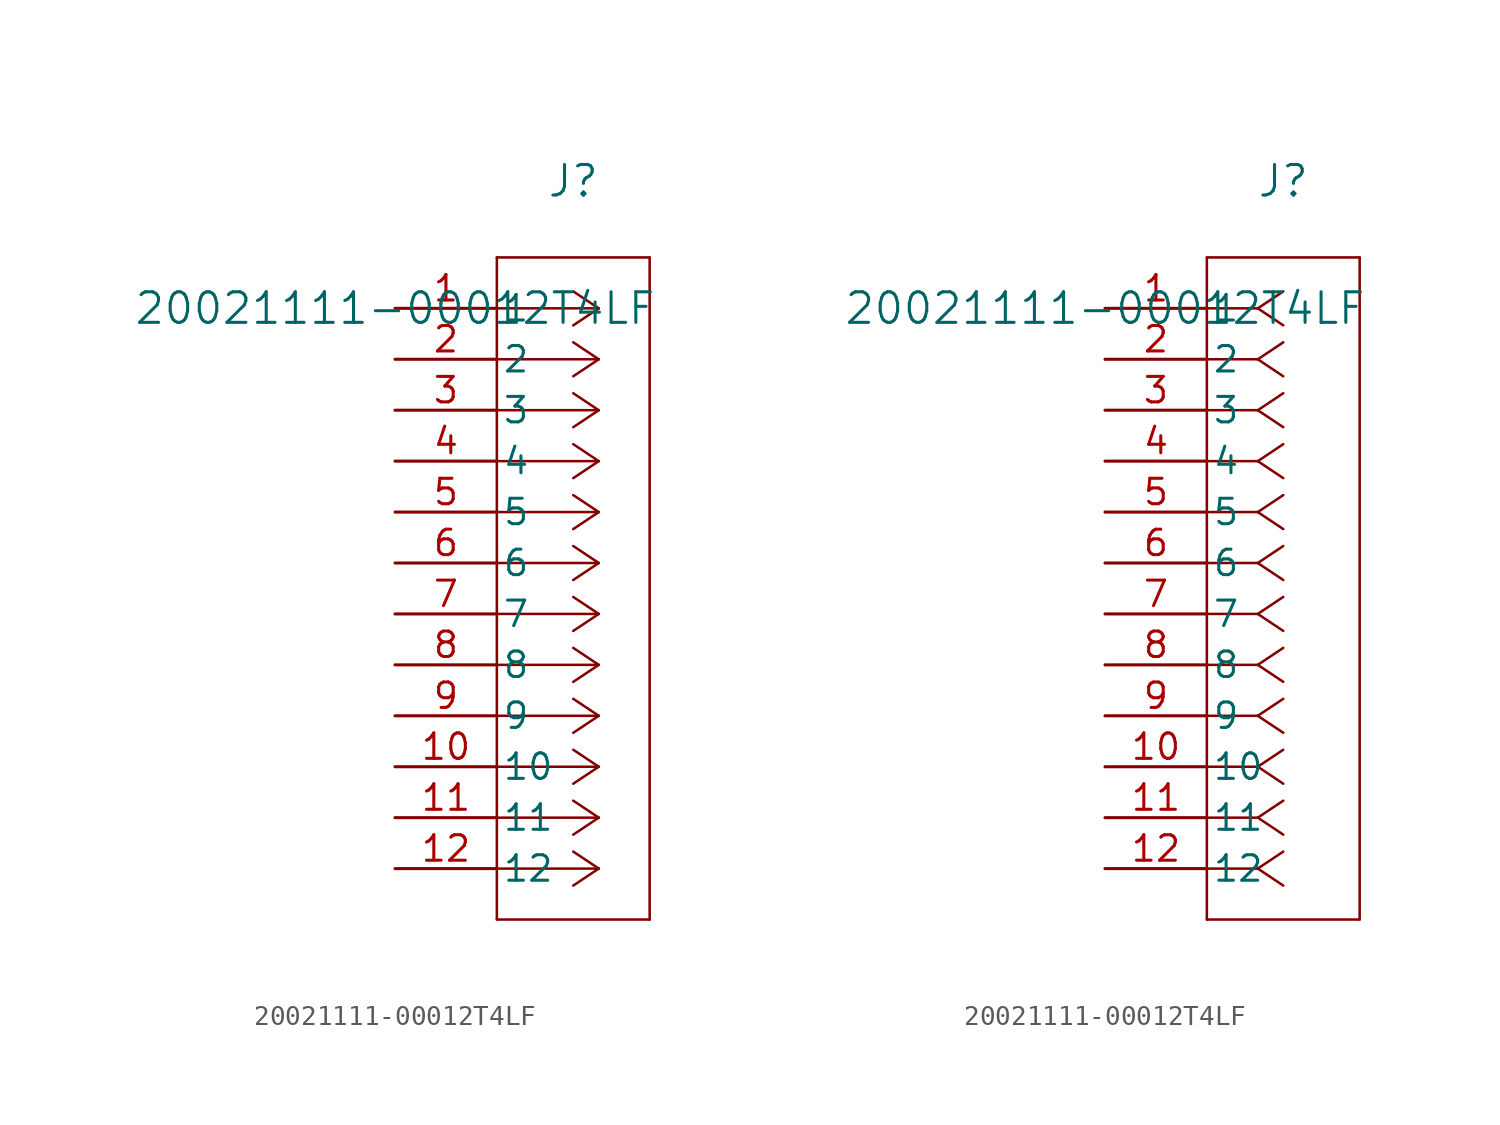
<source format=kicad_sym>
(kicad_symbol_lib
  (version 20211014)
  (generator kicad_symbol_editor)
  (symbol "20021111-00012T4LF"
    (pin_names
      (offset 0.254))
    (property "Reference" "J"
      (at 8.89 6.35 0)
      (effects (font (size 1.524 1.524))))
    (property "Value" "20021111-00012T4LF"
      (at 0 0 0)
      (effects (font (size 1.524 1.524))))
    (symbol "20021111-00012T4LF_1_1"
      (polyline (pts (xy 10.16 0) (xy 5.08 0)) (stroke (width 0.127) (type default) (color 0 0 0 0)) (fill (type none)))
      (polyline (pts (xy 10.16 -2.54) (xy 5.08 -2.54)) (stroke (width 0.127) (type default) (color 0 0 0 0)) (fill (type none)))
      (polyline (pts (xy 10.16 -5.08) (xy 5.08 -5.08)) (stroke (width 0.127) (type default) (color 0 0 0 0)) (fill (type none)))
      (polyline (pts (xy 10.16 -7.62) (xy 5.08 -7.62)) (stroke (width 0.127) (type default) (color 0 0 0 0)) (fill (type none)))
      (polyline (pts (xy 10.16 -10.16) (xy 5.08 -10.16)) (stroke (width 0.127) (type default) (color 0 0 0 0)) (fill (type none)))
      (polyline (pts (xy 10.16 -12.7) (xy 5.08 -12.7)) (stroke (width 0.127) (type default) (color 0 0 0 0)) (fill (type none)))
      (polyline (pts (xy 10.16 -15.24) (xy 5.08 -15.24)) (stroke (width 0.127) (type default) (color 0 0 0 0)) (fill (type none)))
      (polyline (pts (xy 10.16 -17.78) (xy 5.08 -17.78)) (stroke (width 0.127) (type default) (color 0 0 0 0)) (fill (type none)))
      (polyline (pts (xy 10.16 -20.32) (xy 5.08 -20.32)) (stroke (width 0.127) (type default) (color 0 0 0 0)) (fill (type none)))
      (polyline (pts (xy 10.16 -22.86) (xy 5.08 -22.86)) (stroke (width 0.127) (type default) (color 0 0 0 0)) (fill (type none)))
      (polyline (pts (xy 10.16 -25.4) (xy 5.08 -25.4)) (stroke (width 0.127) (type default) (color 0 0 0 0)) (fill (type none)))
      (polyline (pts (xy 10.16 -27.94) (xy 5.08 -27.94)) (stroke (width 0.127) (type default) (color 0 0 0 0)) (fill (type none)))
      (polyline (pts (xy 10.16 0) (xy 8.89 0.847)) (stroke (width 0.127) (type default) (color 0 0 0 0)) (fill (type none)))
      (polyline (pts (xy 10.16 -2.54) (xy 8.89 -1.693)) (stroke (width 0.127) (type default) (color 0 0 0 0)) (fill (type none)))
      (polyline (pts (xy 10.16 -5.08) (xy 8.89 -4.233)) (stroke (width 0.127) (type default) (color 0 0 0 0)) (fill (type none)))
      (polyline (pts (xy 10.16 -7.62) (xy 8.89 -6.773)) (stroke (width 0.127) (type default) (color 0 0 0 0)) (fill (type none)))
      (polyline (pts (xy 10.16 -10.16) (xy 8.89 -9.313)) (stroke (width 0.127) (type default) (color 0 0 0 0)) (fill (type none)))
      (polyline (pts (xy 10.16 -12.7) (xy 8.89 -11.853)) (stroke (width 0.127) (type default) (color 0 0 0 0)) (fill (type none)))
      (polyline (pts (xy 10.16 -15.24) (xy 8.89 -14.393)) (stroke (width 0.127) (type default) (color 0 0 0 0)) (fill (type none)))
      (polyline (pts (xy 10.16 -17.78) (xy 8.89 -16.933)) (stroke (width 0.127) (type default) (color 0 0 0 0)) (fill (type none)))
      (polyline (pts (xy 10.16 -20.32) (xy 8.89 -19.473)) (stroke (width 0.127) (type default) (color 0 0 0 0)) (fill (type none)))
      (polyline (pts (xy 10.16 -22.86) (xy 8.89 -22.013)) (stroke (width 0.127) (type default) (color 0 0 0 0)) (fill (type none)))
      (polyline (pts (xy 10.16 -25.4) (xy 8.89 -24.553)) (stroke (width 0.127) (type default) (color 0 0 0 0)) (fill (type none)))
      (polyline (pts (xy 10.16 -27.94) (xy 8.89 -27.093)) (stroke (width 0.127) (type default) (color 0 0 0 0)) (fill (type none)))
      (polyline (pts (xy 10.16 0) (xy 8.89 -0.847)) (stroke (width 0.127) (type default) (color 0 0 0 0)) (fill (type none)))
      (polyline (pts (xy 10.16 -2.54) (xy 8.89 -3.387)) (stroke (width 0.127) (type default) (color 0 0 0 0)) (fill (type none)))
      (polyline (pts (xy 10.16 -5.08) (xy 8.89 -5.927)) (stroke (width 0.127) (type default) (color 0 0 0 0)) (fill (type none)))
      (polyline (pts (xy 10.16 -7.62) (xy 8.89 -8.467)) (stroke (width 0.127) (type default) (color 0 0 0 0)) (fill (type none)))
      (polyline (pts (xy 10.16 -10.16) (xy 8.89 -11.007)) (stroke (width 0.127) (type default) (color 0 0 0 0)) (fill (type none)))
      (polyline (pts (xy 10.16 -12.7) (xy 8.89 -13.547)) (stroke (width 0.127) (type default) (color 0 0 0 0)) (fill (type none)))
      (polyline (pts (xy 10.16 -15.24) (xy 8.89 -16.087)) (stroke (width 0.127) (type default) (color 0 0 0 0)) (fill (type none)))
      (polyline (pts (xy 10.16 -17.78) (xy 8.89 -18.627)) (stroke (width 0.127) (type default) (color 0 0 0 0)) (fill (type none)))
      (polyline (pts (xy 10.16 -20.32) (xy 8.89 -21.167)) (stroke (width 0.127) (type default) (color 0 0 0 0)) (fill (type none)))
      (polyline (pts (xy 10.16 -22.86) (xy 8.89 -23.707)) (stroke (width 0.127) (type default) (color 0 0 0 0)) (fill (type none)))
      (polyline (pts (xy 10.16 -25.4) (xy 8.89 -26.247)) (stroke (width 0.127) (type default) (color 0 0 0 0)) (fill (type none)))
      (polyline (pts (xy 10.16 -27.94) (xy 8.89 -28.787)) (stroke (width 0.127) (type default) (color 0 0 0 0)) (fill (type none)))
      (polyline (pts (xy 5.08 2.54) (xy 5.08 -30.48)) (stroke (width 0.127) (type default) (color 0 0 0 0)) (fill (type none)))
      (polyline (pts (xy 5.08 -30.48) (xy 12.7 -30.48)) (stroke (width 0.127) (type default) (color 0 0 0 0)) (fill (type none)))
      (polyline (pts (xy 12.7 -30.48) (xy 12.7 2.54)) (stroke (width 0.127) (type default) (color 0 0 0 0)) (fill (type none)))
      (polyline (pts (xy 12.7 2.54) (xy 5.08 2.54)) (stroke (width 0.127) (type default) (color 0 0 0 0)) (fill (type none)))
      (pin unspecified line (at 0 0 0) (length 5.08) (name "1" (effects (font (size 1.27 1.27)))) (number "1" (effects (font (size 1.27 1.27)))))
      (pin unspecified line (at 0 -2.54 0) (length 5.08) (name "2" (effects (font (size 1.27 1.27)))) (number "2" (effects (font (size 1.27 1.27)))))
      (pin unspecified line (at 0 -5.08 0) (length 5.08) (name "3" (effects (font (size 1.27 1.27)))) (number "3" (effects (font (size 1.27 1.27)))))
      (pin unspecified line (at 0 -7.62 0) (length 5.08) (name "4" (effects (font (size 1.27 1.27)))) (number "4" (effects (font (size 1.27 1.27)))))
      (pin unspecified line (at 0 -10.16 0) (length 5.08) (name "5" (effects (font (size 1.27 1.27)))) (number "5" (effects (font (size 1.27 1.27)))))
      (pin unspecified line (at 0 -12.7 0) (length 5.08) (name "6" (effects (font (size 1.27 1.27)))) (number "6" (effects (font (size 1.27 1.27)))))
      (pin unspecified line (at 0 -15.24 0) (length 5.08) (name "7" (effects (font (size 1.27 1.27)))) (number "7" (effects (font (size 1.27 1.27)))))
      (pin unspecified line (at 0 -17.78 0) (length 5.08) (name "8" (effects (font (size 1.27 1.27)))) (number "8" (effects (font (size 1.27 1.27)))))
      (pin unspecified line (at 0 -20.32 0) (length 5.08) (name "9" (effects (font (size 1.27 1.27)))) (number "9" (effects (font (size 1.27 1.27)))))
      (pin unspecified line (at 0 -22.86 0) (length 5.08) (name "10" (effects (font (size 1.27 1.27)))) (number "10" (effects (font (size 1.27 1.27)))))
      (pin unspecified line (at 0 -25.4 0) (length 5.08) (name "11" (effects (font (size 1.27 1.27)))) (number "11" (effects (font (size 1.27 1.27)))))
      (pin unspecified line (at 0 -27.94 0) (length 5.08) (name "12" (effects (font (size 1.27 1.27)))) (number "12" (effects (font (size 1.27 1.27))))))
    (symbol "20021111-00012T4LF_1_2"
      (polyline (pts (xy 7.62 0) (xy 5.08 0)) (stroke (width 0.127) (type default) (color 0 0 0 0)) (fill (type none)))
      (polyline (pts (xy 7.62 -2.54) (xy 5.08 -2.54)) (stroke (width 0.127) (type default) (color 0 0 0 0)) (fill (type none)))
      (polyline (pts (xy 7.62 -5.08) (xy 5.08 -5.08)) (stroke (width 0.127) (type default) (color 0 0 0 0)) (fill (type none)))
      (polyline (pts (xy 7.62 -7.62) (xy 5.08 -7.62)) (stroke (width 0.127) (type default) (color 0 0 0 0)) (fill (type none)))
      (polyline (pts (xy 7.62 -10.16) (xy 5.08 -10.16)) (stroke (width 0.127) (type default) (color 0 0 0 0)) (fill (type none)))
      (polyline (pts (xy 7.62 -12.7) (xy 5.08 -12.7)) (stroke (width 0.127) (type default) (color 0 0 0 0)) (fill (type none)))
      (polyline (pts (xy 7.62 -15.24) (xy 5.08 -15.24)) (stroke (width 0.127) (type default) (color 0 0 0 0)) (fill (type none)))
      (polyline (pts (xy 7.62 -17.78) (xy 5.08 -17.78)) (stroke (width 0.127) (type default) (color 0 0 0 0)) (fill (type none)))
      (polyline (pts (xy 7.62 -20.32) (xy 5.08 -20.32)) (stroke (width 0.127) (type default) (color 0 0 0 0)) (fill (type none)))
      (polyline (pts (xy 7.62 -22.86) (xy 5.08 -22.86)) (stroke (width 0.127) (type default) (color 0 0 0 0)) (fill (type none)))
      (polyline (pts (xy 7.62 -25.4) (xy 5.08 -25.4)) (stroke (width 0.127) (type default) (color 0 0 0 0)) (fill (type none)))
      (polyline (pts (xy 7.62 -27.94) (xy 5.08 -27.94)) (stroke (width 0.127) (type default) (color 0 0 0 0)) (fill (type none)))
      (polyline (pts (xy 7.62 0) (xy 8.89 0.847)) (stroke (width 0.127) (type default) (color 0 0 0 0)) (fill (type none)))
      (polyline (pts (xy 7.62 -2.54) (xy 8.89 -1.693)) (stroke (width 0.127) (type default) (color 0 0 0 0)) (fill (type none)))
      (polyline (pts (xy 7.62 -5.08) (xy 8.89 -4.233)) (stroke (width 0.127) (type default) (color 0 0 0 0)) (fill (type none)))
      (polyline (pts (xy 7.62 -7.62) (xy 8.89 -6.773)) (stroke (width 0.127) (type default) (color 0 0 0 0)) (fill (type none)))
      (polyline (pts (xy 7.62 -10.16) (xy 8.89 -9.313)) (stroke (width 0.127) (type default) (color 0 0 0 0)) (fill (type none)))
      (polyline (pts (xy 7.62 -12.7) (xy 8.89 -11.853)) (stroke (width 0.127) (type default) (color 0 0 0 0)) (fill (type none)))
      (polyline (pts (xy 7.62 -15.24) (xy 8.89 -14.393)) (stroke (width 0.127) (type default) (color 0 0 0 0)) (fill (type none)))
      (polyline (pts (xy 7.62 -17.78) (xy 8.89 -16.933)) (stroke (width 0.127) (type default) (color 0 0 0 0)) (fill (type none)))
      (polyline (pts (xy 7.62 -20.32) (xy 8.89 -19.473)) (stroke (width 0.127) (type default) (color 0 0 0 0)) (fill (type none)))
      (polyline (pts (xy 7.62 -22.86) (xy 8.89 -22.013)) (stroke (width 0.127) (type default) (color 0 0 0 0)) (fill (type none)))
      (polyline (pts (xy 7.62 -25.4) (xy 8.89 -24.553)) (stroke (width 0.127) (type default) (color 0 0 0 0)) (fill (type none)))
      (polyline (pts (xy 7.62 -27.94) (xy 8.89 -27.093)) (stroke (width 0.127) (type default) (color 0 0 0 0)) (fill (type none)))
      (polyline (pts (xy 7.62 0) (xy 8.89 -0.847)) (stroke (width 0.127) (type default) (color 0 0 0 0)) (fill (type none)))
      (polyline (pts (xy 7.62 -2.54) (xy 8.89 -3.387)) (stroke (width 0.127) (type default) (color 0 0 0 0)) (fill (type none)))
      (polyline (pts (xy 7.62 -5.08) (xy 8.89 -5.927)) (stroke (width 0.127) (type default) (color 0 0 0 0)) (fill (type none)))
      (polyline (pts (xy 7.62 -7.62) (xy 8.89 -8.467)) (stroke (width 0.127) (type default) (color 0 0 0 0)) (fill (type none)))
      (polyline (pts (xy 7.62 -10.16) (xy 8.89 -11.007)) (stroke (width 0.127) (type default) (color 0 0 0 0)) (fill (type none)))
      (polyline (pts (xy 7.62 -12.7) (xy 8.89 -13.547)) (stroke (width 0.127) (type default) (color 0 0 0 0)) (fill (type none)))
      (polyline (pts (xy 7.62 -15.24) (xy 8.89 -16.087)) (stroke (width 0.127) (type default) (color 0 0 0 0)) (fill (type none)))
      (polyline (pts (xy 7.62 -17.78) (xy 8.89 -18.627)) (stroke (width 0.127) (type default) (color 0 0 0 0)) (fill (type none)))
      (polyline (pts (xy 7.62 -20.32) (xy 8.89 -21.167)) (stroke (width 0.127) (type default) (color 0 0 0 0)) (fill (type none)))
      (polyline (pts (xy 7.62 -22.86) (xy 8.89 -23.707)) (stroke (width 0.127) (type default) (color 0 0 0 0)) (fill (type none)))
      (polyline (pts (xy 7.62 -25.4) (xy 8.89 -26.247)) (stroke (width 0.127) (type default) (color 0 0 0 0)) (fill (type none)))
      (polyline (pts (xy 7.62 -27.94) (xy 8.89 -28.787)) (stroke (width 0.127) (type default) (color 0 0 0 0)) (fill (type none)))
      (polyline (pts (xy 5.08 2.54) (xy 5.08 -30.48)) (stroke (width 0.127) (type default) (color 0 0 0 0)) (fill (type none)))
      (polyline (pts (xy 5.08 -30.48) (xy 12.7 -30.48)) (stroke (width 0.127) (type default) (color 0 0 0 0)) (fill (type none)))
      (polyline (pts (xy 12.7 -30.48) (xy 12.7 2.54)) (stroke (width 0.127) (type default) (color 0 0 0 0)) (fill (type none)))
      (polyline (pts (xy 12.7 2.54) (xy 5.08 2.54)) (stroke (width 0.127) (type default) (color 0 0 0 0)) (fill (type none)))
      (pin unspecified line (at 0 0 0) (length 5.08) (name "1" (effects (font (size 1.27 1.27)))) (number "1" (effects (font (size 1.27 1.27)))))
      (pin unspecified line (at 0 -2.54 0) (length 5.08) (name "2" (effects (font (size 1.27 1.27)))) (number "2" (effects (font (size 1.27 1.27)))))
      (pin unspecified line (at 0 -5.08 0) (length 5.08) (name "3" (effects (font (size 1.27 1.27)))) (number "3" (effects (font (size 1.27 1.27)))))
      (pin unspecified line (at 0 -7.62 0) (length 5.08) (name "4" (effects (font (size 1.27 1.27)))) (number "4" (effects (font (size 1.27 1.27)))))
      (pin unspecified line (at 0 -10.16 0) (length 5.08) (name "5" (effects (font (size 1.27 1.27)))) (number "5" (effects (font (size 1.27 1.27)))))
      (pin unspecified line (at 0 -12.7 0) (length 5.08) (name "6" (effects (font (size 1.27 1.27)))) (number "6" (effects (font (size 1.27 1.27)))))
      (pin unspecified line (at 0 -15.24 0) (length 5.08) (name "7" (effects (font (size 1.27 1.27)))) (number "7" (effects (font (size 1.27 1.27)))))
      (pin unspecified line (at 0 -17.78 0) (length 5.08) (name "8" (effects (font (size 1.27 1.27)))) (number "8" (effects (font (size 1.27 1.27)))))
      (pin unspecified line (at 0 -20.32 0) (length 5.08) (name "9" (effects (font (size 1.27 1.27)))) (number "9" (effects (font (size 1.27 1.27)))))
      (pin unspecified line (at 0 -22.86 0) (length 5.08) (name "10" (effects (font (size 1.27 1.27)))) (number "10" (effects (font (size 1.27 1.27)))))
      (pin unspecified line (at 0 -25.4 0) (length 5.08) (name "11" (effects (font (size 1.27 1.27)))) (number "11" (effects (font (size 1.27 1.27)))))
      (pin unspecified line (at 0 -27.94 0) (length 5.08) (name "12" (effects (font (size 1.27 1.27)))) (number "12" (effects (font (size 1.27 1.27))))))))
</source>
